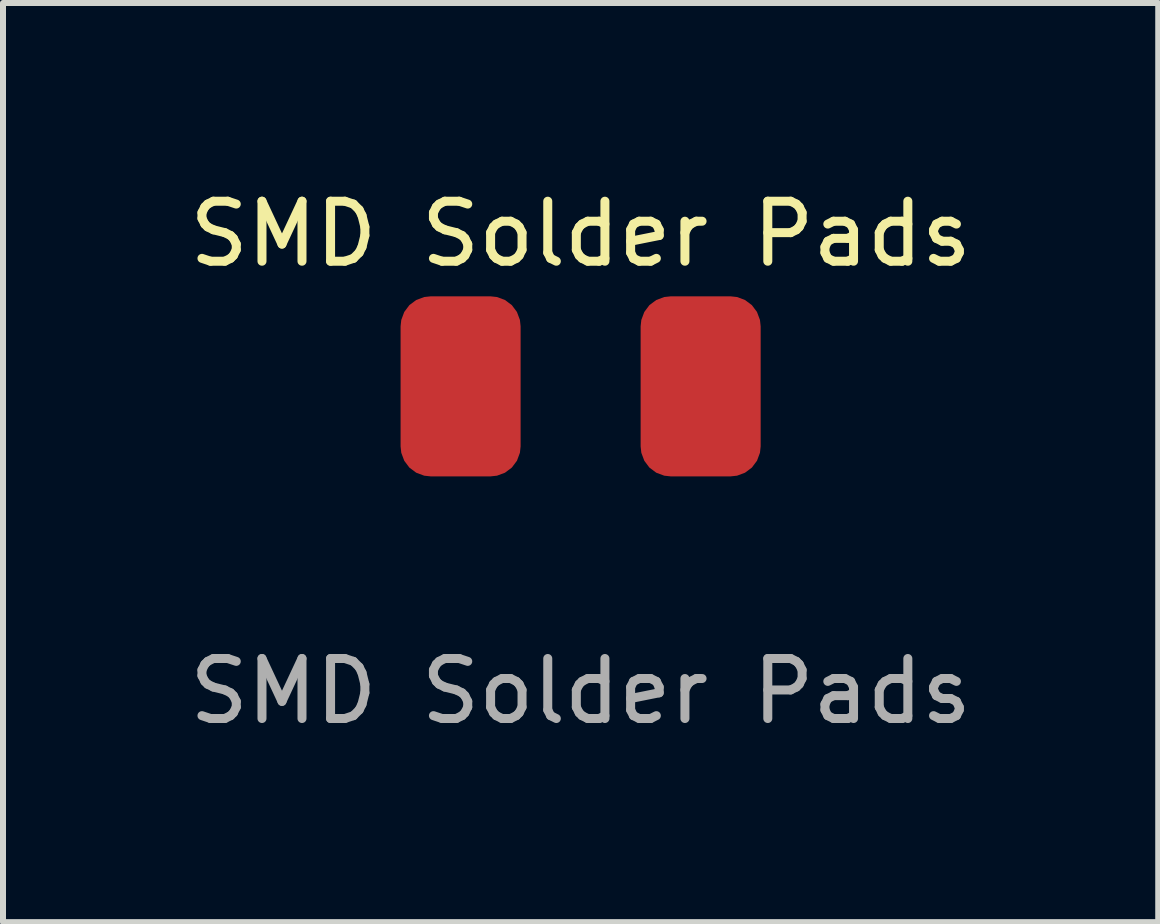
<source format=kicad_pcb>
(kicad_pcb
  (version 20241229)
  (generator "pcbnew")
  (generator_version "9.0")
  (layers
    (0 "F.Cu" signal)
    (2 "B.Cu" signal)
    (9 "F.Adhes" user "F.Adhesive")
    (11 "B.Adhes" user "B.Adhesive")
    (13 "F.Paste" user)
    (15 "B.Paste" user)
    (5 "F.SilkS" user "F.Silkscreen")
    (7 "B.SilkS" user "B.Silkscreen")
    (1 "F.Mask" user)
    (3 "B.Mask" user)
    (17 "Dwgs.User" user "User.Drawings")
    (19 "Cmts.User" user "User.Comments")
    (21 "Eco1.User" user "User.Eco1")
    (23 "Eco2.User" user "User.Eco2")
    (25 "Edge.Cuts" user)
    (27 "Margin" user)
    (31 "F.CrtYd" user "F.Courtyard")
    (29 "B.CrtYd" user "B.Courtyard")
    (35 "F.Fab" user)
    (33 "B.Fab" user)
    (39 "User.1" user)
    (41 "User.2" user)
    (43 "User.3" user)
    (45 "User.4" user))
  (footprint "SMD Solder Pads"
    (layer "F.Cu")
    (at 6.625 3.388)
    (property "Reference" "SMD Solder Pads" (at 0 -2.54 0) (unlocked yes) (layer "F.SilkS") (effects (font (size 1 1) (thickness 0.15))))
    (attr smd)
    (fp_text user "${REFERENCE}" (at 0 5.08 0) (unlocked yes) (layer "F.Fab") (effects (font (size 1 1) (thickness 0.15))))
    (pad "1" smd roundrect (at -2 0 90) (size 3 2) (layers "F.Cu" "F.Mask" "F.Paste") (roundrect_rratio 0.25))
    (pad "2" smd roundrect (at 2 0 90) (size 3 2) (layers "F.Cu" "F.Mask" "F.Paste") (roundrect_rratio 0.25)))
  (gr_rect
    (start -3 -3)
    (end 16.25 12.316)
    (stroke (width 0.1) (type default))
    (fill no)
    (layer "Edge.Cuts")))
</source>
